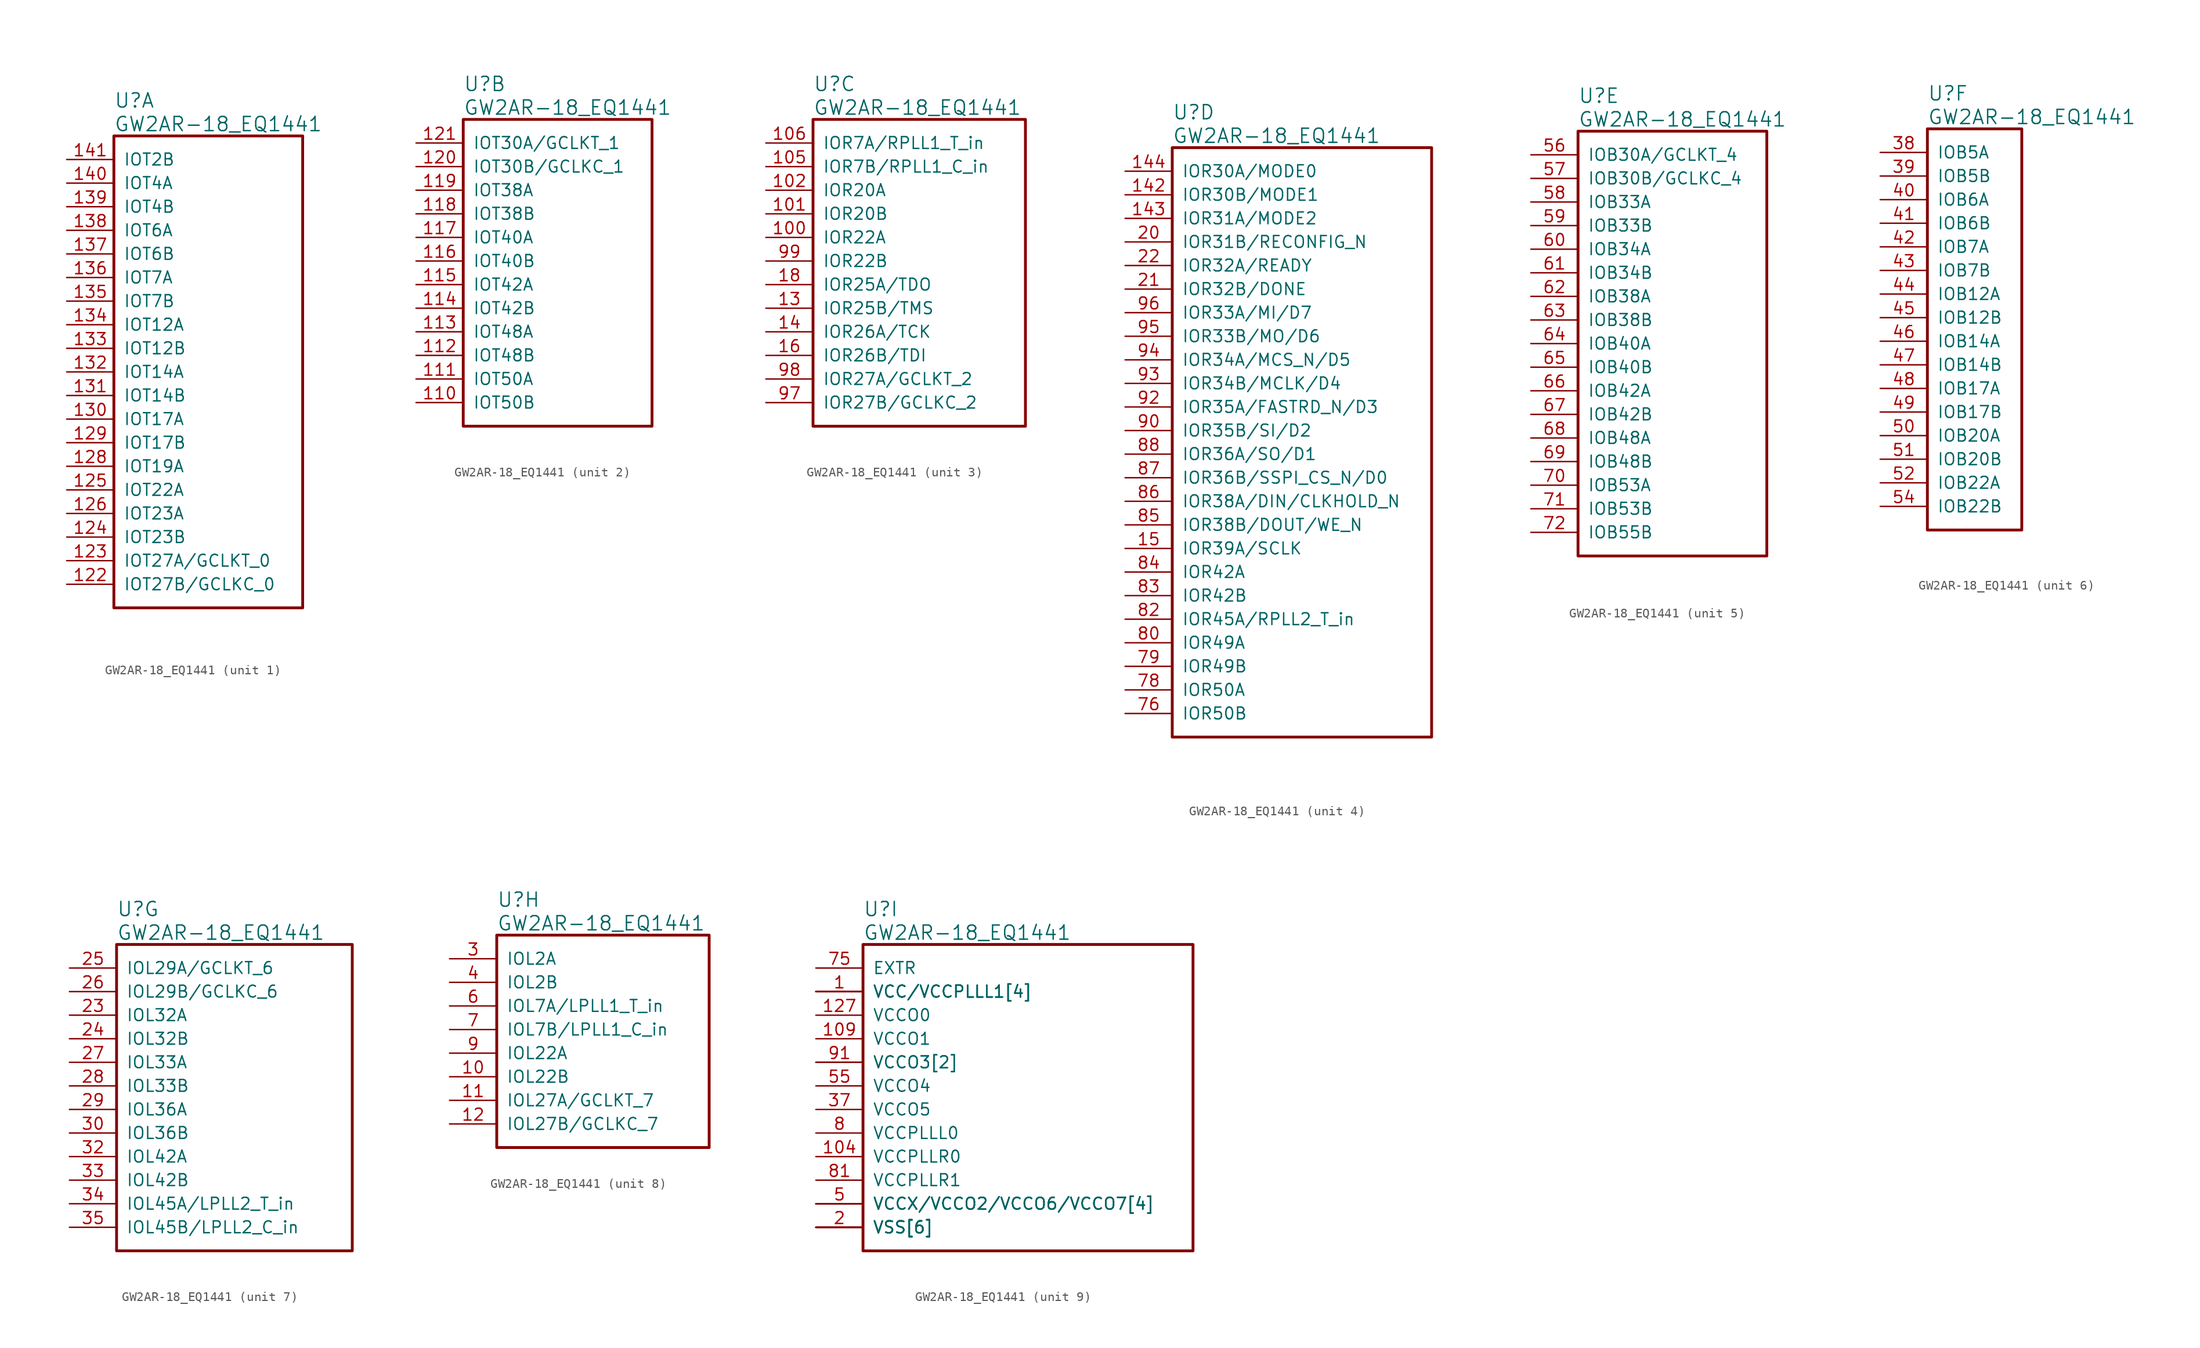
<source format=kicad_sym>
(kicad_symbol_lib
  (version 20211014)
  (generator kicad_symbol_editor)
  (symbol "GW2AR-18_EQ1441"
    (pin_names
      (offset 1.016))
    (property "Reference" "U"
      (at 5.08 6.35 0)
      (effects (font (size 1.524 1.524)) (justify left)))
    (property "Value" "GW2AR-18_EQ1441"
      (at 5.08 3.81 0)
      (effects (font (size 1.524 1.524)) (justify left)))
    (property "ki_locked" ""
      (at 0 0 0)
      (effects (font (size 1.27 1.27))))
    (symbol "GW2AR-18_EQ1441_1_1"
      (rectangle (start 5.08 2.54) (end 25.4 -48.26) (stroke (width 0.305) (type default) (color 0 0 0 0)) (fill (type none)))
      (pin bidirectional line (at 0 -45.72 0) (length 5.08) (name "IOT27B/GCLKC_0" (effects (font (size 1.27 1.27)))) (number "122" (effects (font (size 1.27 1.27)))))
      (pin bidirectional line (at 0 -43.18 0) (length 5.08) (name "IOT27A/GCLKT_0" (effects (font (size 1.27 1.27)))) (number "123" (effects (font (size 1.27 1.27)))))
      (pin bidirectional line (at 0 -40.64 0) (length 5.08) (name "IOT23B" (effects (font (size 1.27 1.27)))) (number "124" (effects (font (size 1.27 1.27)))))
      (pin bidirectional line (at 0 -35.56 0) (length 5.08) (name "IOT22A" (effects (font (size 1.27 1.27)))) (number "125" (effects (font (size 1.27 1.27)))))
      (pin bidirectional line (at 0 -38.1 0) (length 5.08) (name "IOT23A" (effects (font (size 1.27 1.27)))) (number "126" (effects (font (size 1.27 1.27)))))
      (pin bidirectional line (at 0 -33.02 0) (length 5.08) (name "IOT19A" (effects (font (size 1.27 1.27)))) (number "128" (effects (font (size 1.27 1.27)))))
      (pin bidirectional line (at 0 -30.48 0) (length 5.08) (name "IOT17B" (effects (font (size 1.27 1.27)))) (number "129" (effects (font (size 1.27 1.27)))))
      (pin bidirectional line (at 0 -27.94 0) (length 5.08) (name "IOT17A" (effects (font (size 1.27 1.27)))) (number "130" (effects (font (size 1.27 1.27)))))
      (pin bidirectional line (at 0 -25.4 0) (length 5.08) (name "IOT14B" (effects (font (size 1.27 1.27)))) (number "131" (effects (font (size 1.27 1.27)))))
      (pin bidirectional line (at 0 -22.86 0) (length 5.08) (name "IOT14A" (effects (font (size 1.27 1.27)))) (number "132" (effects (font (size 1.27 1.27)))))
      (pin bidirectional line (at 0 -20.32 0) (length 5.08) (name "IOT12B" (effects (font (size 1.27 1.27)))) (number "133" (effects (font (size 1.27 1.27)))))
      (pin bidirectional line (at 0 -17.78 0) (length 5.08) (name "IOT12A" (effects (font (size 1.27 1.27)))) (number "134" (effects (font (size 1.27 1.27)))))
      (pin bidirectional line (at 0 -15.24 0) (length 5.08) (name "IOT7B" (effects (font (size 1.27 1.27)))) (number "135" (effects (font (size 1.27 1.27)))))
      (pin bidirectional line (at 0 -12.7 0) (length 5.08) (name "IOT7A" (effects (font (size 1.27 1.27)))) (number "136" (effects (font (size 1.27 1.27)))))
      (pin bidirectional line (at 0 -10.16 0) (length 5.08) (name "IOT6B" (effects (font (size 1.27 1.27)))) (number "137" (effects (font (size 1.27 1.27)))))
      (pin bidirectional line (at 0 -7.62 0) (length 5.08) (name "IOT6A" (effects (font (size 1.27 1.27)))) (number "138" (effects (font (size 1.27 1.27)))))
      (pin bidirectional line (at 0 -5.08 0) (length 5.08) (name "IOT4B" (effects (font (size 1.27 1.27)))) (number "139" (effects (font (size 1.27 1.27)))))
      (pin bidirectional line (at 0 -2.54 0) (length 5.08) (name "IOT4A" (effects (font (size 1.27 1.27)))) (number "140" (effects (font (size 1.27 1.27)))))
      (pin bidirectional line (at 0 0 0) (length 5.08) (name "IOT2B" (effects (font (size 1.27 1.27)))) (number "141" (effects (font (size 1.27 1.27))))))
    (symbol "GW2AR-18_EQ1441_2_1"
      (rectangle (start 5.08 2.54) (end 25.4 -30.48) (stroke (width 0.305) (type default) (color 0 0 0 0)) (fill (type none)))
      (pin bidirectional line (at 0 -27.94 0) (length 5.08) (name "IOT50B" (effects (font (size 1.27 1.27)))) (number "110" (effects (font (size 1.27 1.27)))))
      (pin bidirectional line (at 0 -25.4 0) (length 5.08) (name "IOT50A" (effects (font (size 1.27 1.27)))) (number "111" (effects (font (size 1.27 1.27)))))
      (pin bidirectional line (at 0 -22.86 0) (length 5.08) (name "IOT48B" (effects (font (size 1.27 1.27)))) (number "112" (effects (font (size 1.27 1.27)))))
      (pin bidirectional line (at 0 -20.32 0) (length 5.08) (name "IOT48A" (effects (font (size 1.27 1.27)))) (number "113" (effects (font (size 1.27 1.27)))))
      (pin bidirectional line (at 0 -17.78 0) (length 5.08) (name "IOT42B" (effects (font (size 1.27 1.27)))) (number "114" (effects (font (size 1.27 1.27)))))
      (pin bidirectional line (at 0 -15.24 0) (length 5.08) (name "IOT42A" (effects (font (size 1.27 1.27)))) (number "115" (effects (font (size 1.27 1.27)))))
      (pin bidirectional line (at 0 -12.7 0) (length 5.08) (name "IOT40B" (effects (font (size 1.27 1.27)))) (number "116" (effects (font (size 1.27 1.27)))))
      (pin bidirectional line (at 0 -10.16 0) (length 5.08) (name "IOT40A" (effects (font (size 1.27 1.27)))) (number "117" (effects (font (size 1.27 1.27)))))
      (pin bidirectional line (at 0 -7.62 0) (length 5.08) (name "IOT38B" (effects (font (size 1.27 1.27)))) (number "118" (effects (font (size 1.27 1.27)))))
      (pin bidirectional line (at 0 -5.08 0) (length 5.08) (name "IOT38A" (effects (font (size 1.27 1.27)))) (number "119" (effects (font (size 1.27 1.27)))))
      (pin bidirectional line (at 0 -2.54 0) (length 5.08) (name "IOT30B/GCLKC_1" (effects (font (size 1.27 1.27)))) (number "120" (effects (font (size 1.27 1.27)))))
      (pin bidirectional line (at 0 0 0) (length 5.08) (name "IOT30A/GCLKT_1" (effects (font (size 1.27 1.27)))) (number "121" (effects (font (size 1.27 1.27))))))
    (symbol "GW2AR-18_EQ1441_3_1"
      (rectangle (start 5.08 2.54) (end 27.94 -30.48) (stroke (width 0.305) (type default) (color 0 0 0 0)) (fill (type none)))
      (pin bidirectional line (at 0 -10.16 0) (length 5.08) (name "IOR22A" (effects (font (size 1.27 1.27)))) (number "100" (effects (font (size 1.27 1.27)))))
      (pin bidirectional line (at 0 -7.62 0) (length 5.08) (name "IOR20B" (effects (font (size 1.27 1.27)))) (number "101" (effects (font (size 1.27 1.27)))))
      (pin bidirectional line (at 0 -5.08 0) (length 5.08) (name "IOR20A" (effects (font (size 1.27 1.27)))) (number "102" (effects (font (size 1.27 1.27)))))
      (pin bidirectional line (at 0 -2.54 0) (length 5.08) (name "IOR7B/RPLL1_C_in" (effects (font (size 1.27 1.27)))) (number "105" (effects (font (size 1.27 1.27)))))
      (pin bidirectional line (at 0 0 0) (length 5.08) (name "IOR7A/RPLL1_T_in" (effects (font (size 1.27 1.27)))) (number "106" (effects (font (size 1.27 1.27)))))
      (pin bidirectional line (at 0 -17.78 0) (length 5.08) (name "IOR25B/TMS" (effects (font (size 1.27 1.27)))) (number "13" (effects (font (size 1.27 1.27)))))
      (pin bidirectional line (at 0 -20.32 0) (length 5.08) (name "IOR26A/TCK" (effects (font (size 1.27 1.27)))) (number "14" (effects (font (size 1.27 1.27)))))
      (pin bidirectional line (at 0 -22.86 0) (length 5.08) (name "IOR26B/TDI" (effects (font (size 1.27 1.27)))) (number "16" (effects (font (size 1.27 1.27)))))
      (pin bidirectional line (at 0 -15.24 0) (length 5.08) (name "IOR25A/TDO" (effects (font (size 1.27 1.27)))) (number "18" (effects (font (size 1.27 1.27)))))
      (pin bidirectional line (at 0 -27.94 0) (length 5.08) (name "IOR27B/GCLKC_2" (effects (font (size 1.27 1.27)))) (number "97" (effects (font (size 1.27 1.27)))))
      (pin bidirectional line (at 0 -25.4 0) (length 5.08) (name "IOR27A/GCLKT_2" (effects (font (size 1.27 1.27)))) (number "98" (effects (font (size 1.27 1.27)))))
      (pin bidirectional line (at 0 -12.7 0) (length 5.08) (name "IOR22B" (effects (font (size 1.27 1.27)))) (number "99" (effects (font (size 1.27 1.27))))))
    (symbol "GW2AR-18_EQ1441_4_1"
      (rectangle (start 5.08 2.54) (end 33.02 -60.96) (stroke (width 0.305) (type default) (color 0 0 0 0)) (fill (type none)))
      (pin bidirectional line (at 0 -2.54 0) (length 5.08) (name "IOR30B/MODE1" (effects (font (size 1.27 1.27)))) (number "142" (effects (font (size 1.27 1.27)))))
      (pin bidirectional line (at 0 -5.08 0) (length 5.08) (name "IOR31A/MODE2" (effects (font (size 1.27 1.27)))) (number "143" (effects (font (size 1.27 1.27)))))
      (pin bidirectional line (at 0 0 0) (length 5.08) (name "IOR30A/MODE0" (effects (font (size 1.27 1.27)))) (number "144" (effects (font (size 1.27 1.27)))))
      (pin bidirectional line (at 0 -40.64 0) (length 5.08) (name "IOR39A/SCLK" (effects (font (size 1.27 1.27)))) (number "15" (effects (font (size 1.27 1.27)))))
      (pin bidirectional line (at 0 -7.62 0) (length 5.08) (name "IOR31B/RECONFIG_N" (effects (font (size 1.27 1.27)))) (number "20" (effects (font (size 1.27 1.27)))))
      (pin bidirectional line (at 0 -12.7 0) (length 5.08) (name "IOR32B/DONE" (effects (font (size 1.27 1.27)))) (number "21" (effects (font (size 1.27 1.27)))))
      (pin bidirectional line (at 0 -10.16 0) (length 5.08) (name "IOR32A/READY" (effects (font (size 1.27 1.27)))) (number "22" (effects (font (size 1.27 1.27)))))
      (pin bidirectional line (at 0 -58.42 0) (length 5.08) (name "IOR50B" (effects (font (size 1.27 1.27)))) (number "76" (effects (font (size 1.27 1.27)))))
      (pin bidirectional line (at 0 -55.88 0) (length 5.08) (name "IOR50A" (effects (font (size 1.27 1.27)))) (number "78" (effects (font (size 1.27 1.27)))))
      (pin bidirectional line (at 0 -53.34 0) (length 5.08) (name "IOR49B" (effects (font (size 1.27 1.27)))) (number "79" (effects (font (size 1.27 1.27)))))
      (pin bidirectional line (at 0 -50.8 0) (length 5.08) (name "IOR49A" (effects (font (size 1.27 1.27)))) (number "80" (effects (font (size 1.27 1.27)))))
      (pin bidirectional line (at 0 -48.26 0) (length 5.08) (name "IOR45A/RPLL2_T_in" (effects (font (size 1.27 1.27)))) (number "82" (effects (font (size 1.27 1.27)))))
      (pin bidirectional line (at 0 -45.72 0) (length 5.08) (name "IOR42B" (effects (font (size 1.27 1.27)))) (number "83" (effects (font (size 1.27 1.27)))))
      (pin bidirectional line (at 0 -43.18 0) (length 5.08) (name "IOR42A" (effects (font (size 1.27 1.27)))) (number "84" (effects (font (size 1.27 1.27)))))
      (pin bidirectional line (at 0 -38.1 0) (length 5.08) (name "IOR38B/DOUT/WE_N" (effects (font (size 1.27 1.27)))) (number "85" (effects (font (size 1.27 1.27)))))
      (pin bidirectional line (at 0 -35.56 0) (length 5.08) (name "IOR38A/DIN/CLKHOLD_N" (effects (font (size 1.27 1.27)))) (number "86" (effects (font (size 1.27 1.27)))))
      (pin bidirectional line (at 0 -33.02 0) (length 5.08) (name "IOR36B/SSPI_CS_N/D0" (effects (font (size 1.27 1.27)))) (number "87" (effects (font (size 1.27 1.27)))))
      (pin bidirectional line (at 0 -30.48 0) (length 5.08) (name "IOR36A/SO/D1" (effects (font (size 1.27 1.27)))) (number "88" (effects (font (size 1.27 1.27)))))
      (pin bidirectional line (at 0 -27.94 0) (length 5.08) (name "IOR35B/SI/D2" (effects (font (size 1.27 1.27)))) (number "90" (effects (font (size 1.27 1.27)))))
      (pin bidirectional line (at 0 -25.4 0) (length 5.08) (name "IOR35A/FASTRD_N/D3" (effects (font (size 1.27 1.27)))) (number "92" (effects (font (size 1.27 1.27)))))
      (pin bidirectional line (at 0 -22.86 0) (length 5.08) (name "IOR34B/MCLK/D4" (effects (font (size 1.27 1.27)))) (number "93" (effects (font (size 1.27 1.27)))))
      (pin bidirectional line (at 0 -20.32 0) (length 5.08) (name "IOR34A/MCS_N/D5" (effects (font (size 1.27 1.27)))) (number "94" (effects (font (size 1.27 1.27)))))
      (pin bidirectional line (at 0 -17.78 0) (length 5.08) (name "IOR33B/MO/D6" (effects (font (size 1.27 1.27)))) (number "95" (effects (font (size 1.27 1.27)))))
      (pin bidirectional line (at 0 -15.24 0) (length 5.08) (name "IOR33A/MI/D7" (effects (font (size 1.27 1.27)))) (number "96" (effects (font (size 1.27 1.27))))))
    (symbol "GW2AR-18_EQ1441_5_1"
      (rectangle (start 5.08 2.54) (end 25.4 -43.18) (stroke (width 0.305) (type default) (color 0 0 0 0)) (fill (type none)))
      (pin bidirectional line (at 0 0 0) (length 5.08) (name "IOB30A/GCLKT_4" (effects (font (size 1.27 1.27)))) (number "56" (effects (font (size 1.27 1.27)))))
      (pin bidirectional line (at 0 -2.54 0) (length 5.08) (name "IOB30B/GCLKC_4" (effects (font (size 1.27 1.27)))) (number "57" (effects (font (size 1.27 1.27)))))
      (pin bidirectional line (at 0 -5.08 0) (length 5.08) (name "IOB33A" (effects (font (size 1.27 1.27)))) (number "58" (effects (font (size 1.27 1.27)))))
      (pin bidirectional line (at 0 -7.62 0) (length 5.08) (name "IOB33B" (effects (font (size 1.27 1.27)))) (number "59" (effects (font (size 1.27 1.27)))))
      (pin bidirectional line (at 0 -10.16 0) (length 5.08) (name "IOB34A" (effects (font (size 1.27 1.27)))) (number "60" (effects (font (size 1.27 1.27)))))
      (pin bidirectional line (at 0 -12.7 0) (length 5.08) (name "IOB34B" (effects (font (size 1.27 1.27)))) (number "61" (effects (font (size 1.27 1.27)))))
      (pin bidirectional line (at 0 -15.24 0) (length 5.08) (name "IOB38A" (effects (font (size 1.27 1.27)))) (number "62" (effects (font (size 1.27 1.27)))))
      (pin bidirectional line (at 0 -17.78 0) (length 5.08) (name "IOB38B" (effects (font (size 1.27 1.27)))) (number "63" (effects (font (size 1.27 1.27)))))
      (pin bidirectional line (at 0 -20.32 0) (length 5.08) (name "IOB40A" (effects (font (size 1.27 1.27)))) (number "64" (effects (font (size 1.27 1.27)))))
      (pin bidirectional line (at 0 -22.86 0) (length 5.08) (name "IOB40B" (effects (font (size 1.27 1.27)))) (number "65" (effects (font (size 1.27 1.27)))))
      (pin bidirectional line (at 0 -25.4 0) (length 5.08) (name "IOB42A" (effects (font (size 1.27 1.27)))) (number "66" (effects (font (size 1.27 1.27)))))
      (pin bidirectional line (at 0 -27.94 0) (length 5.08) (name "IOB42B" (effects (font (size 1.27 1.27)))) (number "67" (effects (font (size 1.27 1.27)))))
      (pin bidirectional line (at 0 -30.48 0) (length 5.08) (name "IOB48A" (effects (font (size 1.27 1.27)))) (number "68" (effects (font (size 1.27 1.27)))))
      (pin bidirectional line (at 0 -33.02 0) (length 5.08) (name "IOB48B" (effects (font (size 1.27 1.27)))) (number "69" (effects (font (size 1.27 1.27)))))
      (pin bidirectional line (at 0 -35.56 0) (length 5.08) (name "IOB53A" (effects (font (size 1.27 1.27)))) (number "70" (effects (font (size 1.27 1.27)))))
      (pin bidirectional line (at 0 -38.1 0) (length 5.08) (name "IOB53B" (effects (font (size 1.27 1.27)))) (number "71" (effects (font (size 1.27 1.27)))))
      (pin bidirectional line (at 0 -40.64 0) (length 5.08) (name "IOB55B" (effects (font (size 1.27 1.27)))) (number "72" (effects (font (size 1.27 1.27))))))
    (symbol "GW2AR-18_EQ1441_6_1"
      (rectangle (start 5.08 2.54) (end 15.24 -40.64) (stroke (width 0.305) (type default) (color 0 0 0 0)) (fill (type none)))
      (pin bidirectional line (at 0 0 0) (length 5.08) (name "IOB5A" (effects (font (size 1.27 1.27)))) (number "38" (effects (font (size 1.27 1.27)))))
      (pin bidirectional line (at 0 -2.54 0) (length 5.08) (name "IOB5B" (effects (font (size 1.27 1.27)))) (number "39" (effects (font (size 1.27 1.27)))))
      (pin bidirectional line (at 0 -5.08 0) (length 5.08) (name "IOB6A" (effects (font (size 1.27 1.27)))) (number "40" (effects (font (size 1.27 1.27)))))
      (pin bidirectional line (at 0 -7.62 0) (length 5.08) (name "IOB6B" (effects (font (size 1.27 1.27)))) (number "41" (effects (font (size 1.27 1.27)))))
      (pin bidirectional line (at 0 -10.16 0) (length 5.08) (name "IOB7A" (effects (font (size 1.27 1.27)))) (number "42" (effects (font (size 1.27 1.27)))))
      (pin bidirectional line (at 0 -12.7 0) (length 5.08) (name "IOB7B" (effects (font (size 1.27 1.27)))) (number "43" (effects (font (size 1.27 1.27)))))
      (pin bidirectional line (at 0 -15.24 0) (length 5.08) (name "IOB12A" (effects (font (size 1.27 1.27)))) (number "44" (effects (font (size 1.27 1.27)))))
      (pin bidirectional line (at 0 -17.78 0) (length 5.08) (name "IOB12B" (effects (font (size 1.27 1.27)))) (number "45" (effects (font (size 1.27 1.27)))))
      (pin bidirectional line (at 0 -20.32 0) (length 5.08) (name "IOB14A" (effects (font (size 1.27 1.27)))) (number "46" (effects (font (size 1.27 1.27)))))
      (pin bidirectional line (at 0 -22.86 0) (length 5.08) (name "IOB14B" (effects (font (size 1.27 1.27)))) (number "47" (effects (font (size 1.27 1.27)))))
      (pin bidirectional line (at 0 -25.4 0) (length 5.08) (name "IOB17A" (effects (font (size 1.27 1.27)))) (number "48" (effects (font (size 1.27 1.27)))))
      (pin bidirectional line (at 0 -27.94 0) (length 5.08) (name "IOB17B" (effects (font (size 1.27 1.27)))) (number "49" (effects (font (size 1.27 1.27)))))
      (pin bidirectional line (at 0 -30.48 0) (length 5.08) (name "IOB20A" (effects (font (size 1.27 1.27)))) (number "50" (effects (font (size 1.27 1.27)))))
      (pin bidirectional line (at 0 -33.02 0) (length 5.08) (name "IOB20B" (effects (font (size 1.27 1.27)))) (number "51" (effects (font (size 1.27 1.27)))))
      (pin bidirectional line (at 0 -35.56 0) (length 5.08) (name "IOB22A" (effects (font (size 1.27 1.27)))) (number "52" (effects (font (size 1.27 1.27)))))
      (pin bidirectional line (at 0 -38.1 0) (length 5.08) (name "IOB22B" (effects (font (size 1.27 1.27)))) (number "54" (effects (font (size 1.27 1.27))))))
    (symbol "GW2AR-18_EQ1441_7_1"
      (rectangle (start 5.08 2.54) (end 30.48 -30.48) (stroke (width 0.305) (type default) (color 0 0 0 0)) (fill (type none)))
      (pin bidirectional line (at 0 -5.08 0) (length 5.08) (name "IOL32A" (effects (font (size 1.27 1.27)))) (number "23" (effects (font (size 1.27 1.27)))))
      (pin bidirectional line (at 0 -7.62 0) (length 5.08) (name "IOL32B" (effects (font (size 1.27 1.27)))) (number "24" (effects (font (size 1.27 1.27)))))
      (pin bidirectional line (at 0 0 0) (length 5.08) (name "IOL29A/GCLKT_6" (effects (font (size 1.27 1.27)))) (number "25" (effects (font (size 1.27 1.27)))))
      (pin bidirectional line (at 0 -2.54 0) (length 5.08) (name "IOL29B/GCLKC_6" (effects (font (size 1.27 1.27)))) (number "26" (effects (font (size 1.27 1.27)))))
      (pin bidirectional line (at 0 -10.16 0) (length 5.08) (name "IOL33A" (effects (font (size 1.27 1.27)))) (number "27" (effects (font (size 1.27 1.27)))))
      (pin bidirectional line (at 0 -12.7 0) (length 5.08) (name "IOL33B" (effects (font (size 1.27 1.27)))) (number "28" (effects (font (size 1.27 1.27)))))
      (pin bidirectional line (at 0 -15.24 0) (length 5.08) (name "IOL36A" (effects (font (size 1.27 1.27)))) (number "29" (effects (font (size 1.27 1.27)))))
      (pin bidirectional line (at 0 -17.78 0) (length 5.08) (name "IOL36B" (effects (font (size 1.27 1.27)))) (number "30" (effects (font (size 1.27 1.27)))))
      (pin bidirectional line (at 0 -20.32 0) (length 5.08) (name "IOL42A" (effects (font (size 1.27 1.27)))) (number "32" (effects (font (size 1.27 1.27)))))
      (pin bidirectional line (at 0 -22.86 0) (length 5.08) (name "IOL42B" (effects (font (size 1.27 1.27)))) (number "33" (effects (font (size 1.27 1.27)))))
      (pin bidirectional line (at 0 -25.4 0) (length 5.08) (name "IOL45A/LPLL2_T_in" (effects (font (size 1.27 1.27)))) (number "34" (effects (font (size 1.27 1.27)))))
      (pin bidirectional line (at 0 -27.94 0) (length 5.08) (name "IOL45B/LPLL2_C_in" (effects (font (size 1.27 1.27)))) (number "35" (effects (font (size 1.27 1.27))))))
    (symbol "GW2AR-18_EQ1441_8_1"
      (rectangle (start 5.08 2.54) (end 27.94 -20.32) (stroke (width 0.305) (type default) (color 0 0 0 0)) (fill (type none)))
      (pin bidirectional line (at 0 -12.7 0) (length 5.08) (name "IOL22B" (effects (font (size 1.27 1.27)))) (number "10" (effects (font (size 1.27 1.27)))))
      (pin bidirectional line (at 0 -15.24 0) (length 5.08) (name "IOL27A/GCLKT_7" (effects (font (size 1.27 1.27)))) (number "11" (effects (font (size 1.27 1.27)))))
      (pin bidirectional line (at 0 -17.78 0) (length 5.08) (name "IOL27B/GCLKC_7" (effects (font (size 1.27 1.27)))) (number "12" (effects (font (size 1.27 1.27)))))
      (pin bidirectional line (at 0 0 0) (length 5.08) (name "IOL2A" (effects (font (size 1.27 1.27)))) (number "3" (effects (font (size 1.27 1.27)))))
      (pin bidirectional line (at 0 -2.54 0) (length 5.08) (name "IOL2B" (effects (font (size 1.27 1.27)))) (number "4" (effects (font (size 1.27 1.27)))))
      (pin bidirectional line (at 0 -5.08 0) (length 5.08) (name "IOL7A/LPLL1_T_in" (effects (font (size 1.27 1.27)))) (number "6" (effects (font (size 1.27 1.27)))))
      (pin bidirectional line (at 0 -7.62 0) (length 5.08) (name "IOL7B/LPLL1_C_in" (effects (font (size 1.27 1.27)))) (number "7" (effects (font (size 1.27 1.27)))))
      (pin bidirectional line (at 0 -10.16 0) (length 5.08) (name "IOL22A" (effects (font (size 1.27 1.27)))) (number "9" (effects (font (size 1.27 1.27))))))
    (symbol "GW2AR-18_EQ1441_9_1"
      (rectangle (start 5.08 2.54) (end 40.64 -30.48) (stroke (width 0.305) (type default) (color 0 0 0 0)) (fill (type none)))
      (pin power_in line (at 0 -2.54 0) (length 5.08) (name "VCC/VCCPLLL1[4]" (effects (font (size 1.27 1.27)))) (number "1" (effects (font (size 1.27 1.27)))))
      (pin power_in line (at 0 -25.4 0) (length 5.08) (name "VCCX/VCCO2/VCCO6/VCCO7[4]" (effects (font (size 1.27 1.27)))) (number "103" (effects (font (size 0 0)))))
      (pin power_in line (at 0 -20.32 0) (length 5.08) (name "VCCPLLR0" (effects (font (size 1.27 1.27)))) (number "104" (effects (font (size 1.27 1.27)))))
      (pin power_in line (at 0 -27.94 0) (length 5.08) (name "VSS[6]" (effects (font (size 1.27 1.27)))) (number "107" (effects (font (size 0 0)))))
      (pin power_in line (at 0 -2.54 0) (length 5.08) (name "VCC/VCCPLLL1[4]" (effects (font (size 1.27 1.27)))) (number "108" (effects (font (size 0 0)))))
      (pin power_in line (at 0 -7.62 0) (length 5.08) (name "VCCO1" (effects (font (size 1.27 1.27)))) (number "109" (effects (font (size 1.27 1.27)))))
      (pin power_in line (at 0 -5.08 0) (length 5.08) (name "VCCO0" (effects (font (size 1.27 1.27)))) (number "127" (effects (font (size 1.27 1.27)))))
      (pin power_in line (at 0 -27.94 0) (length 5.08) (name "VSS[6]" (effects (font (size 1.27 1.27)))) (number "17" (effects (font (size 0 0)))))
      (pin power_in line (at 0 -25.4 0) (length 5.08) (name "VCCX/VCCO2/VCCO6/VCCO7[4]" (effects (font (size 1.27 1.27)))) (number "19" (effects (font (size 0 0)))))
      (pin power_in line (at 0 -27.94 0) (length 5.08) (name "VSS[6]" (effects (font (size 1.27 1.27)))) (number "2" (effects (font (size 1.27 1.27)))))
      (pin power_in line (at 0 -25.4 0) (length 5.08) (name "VCCX/VCCO2/VCCO6/VCCO7[4]" (effects (font (size 1.27 1.27)))) (number "31" (effects (font (size 0 0)))))
      (pin power_in line (at 0 -2.54 0) (length 5.08) (name "VCC/VCCPLLL1[4]" (effects (font (size 1.27 1.27)))) (number "36" (effects (font (size 0 0)))))
      (pin power_in line (at 0 -15.24 0) (length 5.08) (name "VCCO5" (effects (font (size 1.27 1.27)))) (number "37" (effects (font (size 1.27 1.27)))))
      (pin power_in line (at 0 -25.4 0) (length 5.08) (name "VCCX/VCCO2/VCCO6/VCCO7[4]" (effects (font (size 1.27 1.27)))) (number "5" (effects (font (size 1.27 1.27)))))
      (pin power_in line (at 0 -27.94 0) (length 5.08) (name "VSS[6]" (effects (font (size 1.27 1.27)))) (number "53" (effects (font (size 0 0)))))
      (pin power_in line (at 0 -12.7 0) (length 5.08) (name "VCCO4" (effects (font (size 1.27 1.27)))) (number "55" (effects (font (size 1.27 1.27)))))
      (pin power_in line (at 0 -2.54 0) (length 5.08) (name "VCC/VCCPLLL1[4]" (effects (font (size 1.27 1.27)))) (number "73" (effects (font (size 0 0)))))
      (pin power_in line (at 0 -27.94 0) (length 5.08) (name "VSS[6]" (effects (font (size 1.27 1.27)))) (number "74" (effects (font (size 0 0)))))
      (pin power_in line (at 0 0 0) (length 5.08) (name "EXTR" (effects (font (size 1.27 1.27)))) (number "75" (effects (font (size 1.27 1.27)))))
      (pin power_in line (at 0 -10.16 0) (length 5.08) (name "VCCO3[2]" (effects (font (size 1.27 1.27)))) (number "77" (effects (font (size 0 0)))))
      (pin power_in line (at 0 -17.78 0) (length 5.08) (name "VCCPLLL0" (effects (font (size 1.27 1.27)))) (number "8" (effects (font (size 1.27 1.27)))))
      (pin power_in line (at 0 -22.86 0) (length 5.08) (name "VCCPLLR1" (effects (font (size 1.27 1.27)))) (number "81" (effects (font (size 1.27 1.27)))))
      (pin power_in line (at 0 -27.94 0) (length 5.08) (name "VSS[6]" (effects (font (size 1.27 1.27)))) (number "89" (effects (font (size 0 0)))))
      (pin power_in line (at 0 -10.16 0) (length 5.08) (name "VCCO3[2]" (effects (font (size 1.27 1.27)))) (number "91" (effects (font (size 1.27 1.27))))))))
</source>
